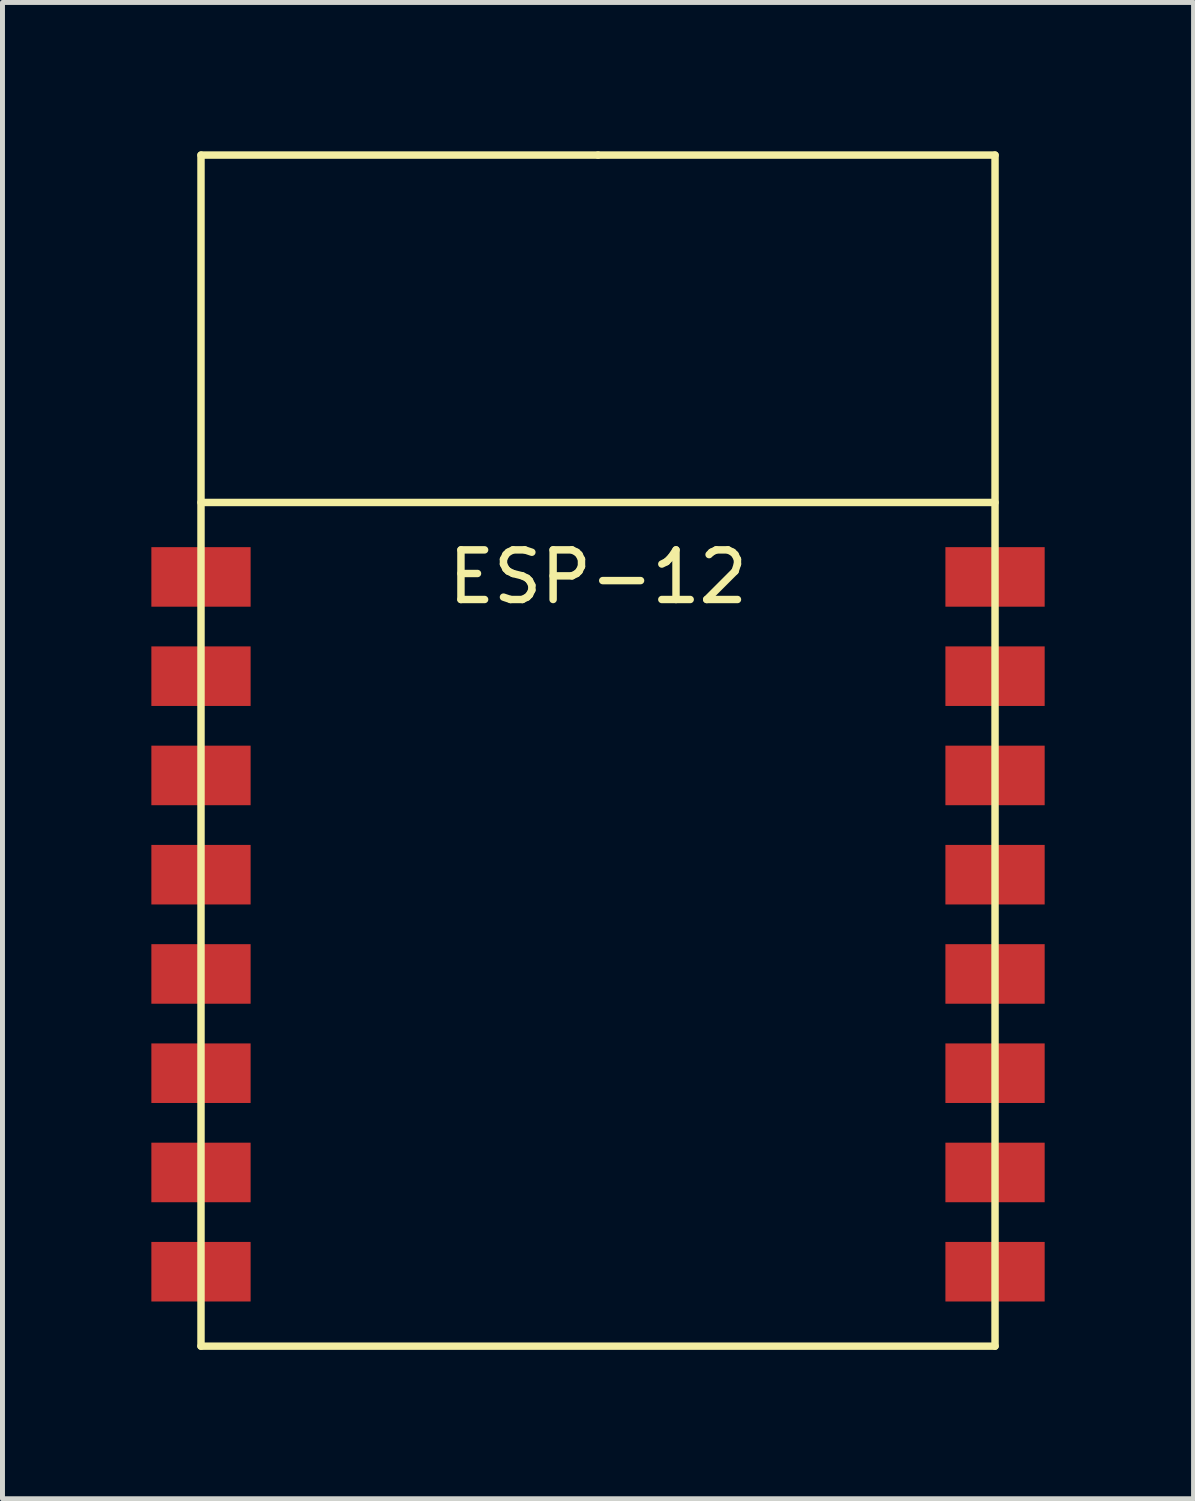
<source format=kicad_pcb>
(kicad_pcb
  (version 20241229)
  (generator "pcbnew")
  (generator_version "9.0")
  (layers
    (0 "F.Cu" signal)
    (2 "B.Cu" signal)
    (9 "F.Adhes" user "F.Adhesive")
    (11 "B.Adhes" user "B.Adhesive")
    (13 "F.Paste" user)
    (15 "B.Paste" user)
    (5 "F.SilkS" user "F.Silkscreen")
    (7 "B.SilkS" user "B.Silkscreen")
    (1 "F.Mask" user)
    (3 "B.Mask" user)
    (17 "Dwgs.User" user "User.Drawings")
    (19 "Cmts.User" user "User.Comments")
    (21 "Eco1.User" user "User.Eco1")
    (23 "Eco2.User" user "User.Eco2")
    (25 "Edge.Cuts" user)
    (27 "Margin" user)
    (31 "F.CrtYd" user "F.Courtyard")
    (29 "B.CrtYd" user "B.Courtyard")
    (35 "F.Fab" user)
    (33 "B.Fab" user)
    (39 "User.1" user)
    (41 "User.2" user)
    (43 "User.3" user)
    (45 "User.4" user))
  (footprint "ESP-12"
    (layer "F.Cu")
    (at 9 8.575)
    (property "Reference" "ESP-12" (at 0 0 0) (layer "F.SilkS") (effects (font (size 1 1) (thickness 0.15))))
    (attr through_hole)
    (fp_line (start -8 -8.5) (end -8 15.5) (stroke (width 0.15) (type solid)) (layer "F.SilkS"))
    (fp_line (start -8 -1.5) (end 8 -1.5) (stroke (width 0.15) (type solid)) (layer "F.SilkS"))
    (fp_line (start -8 15.5) (end 8 15.5) (stroke (width 0.15) (type solid)) (layer "F.SilkS"))
    (fp_line (start 0 -8.5) (end -8 -8.5) (stroke (width 0.15) (type solid)) (layer "F.SilkS"))
    (fp_line (start 0 -8.5) (end 8 -8.5) (stroke (width 0.15) (type solid)) (layer "F.SilkS"))
    (fp_line (start 8 -8.5) (end 8 15.5) (stroke (width 0.15) (type solid)) (layer "F.SilkS"))
    (pad "1" smd rect (at -8 0 270) (size 1.2 2) (layers "F.Cu" "F.Mask" "F.Paste"))
    (pad "2" smd rect (at -8 2 270) (size 1.2 2) (layers "F.Cu" "F.Mask" "F.Paste"))
    (pad "3" smd rect (at -8 4 270) (size 1.2 2) (layers "F.Cu" "F.Mask" "F.Paste"))
    (pad "4" smd rect (at -8 6 270) (size 1.2 2) (layers "F.Cu" "F.Mask" "F.Paste"))
    (pad "5" smd rect (at -8 8 270) (size 1.2 2) (layers "F.Cu" "F.Mask" "F.Paste"))
    (pad "6" smd rect (at -8 10 270) (size 1.2 2) (layers "F.Cu" "F.Mask" "F.Paste"))
    (pad "7" smd rect (at -8 12 270) (size 1.2 2) (layers "F.Cu" "F.Mask" "F.Paste"))
    (pad "8" smd rect (at -8 14 270) (size 1.2 2) (layers "F.Cu" "F.Mask" "F.Paste"))
    (pad "9" smd rect (at 8 14 270) (size 1.2 2) (layers "F.Cu" "F.Mask" "F.Paste"))
    (pad "10" smd rect (at 8 12 270) (size 1.2 2) (layers "F.Cu" "F.Mask" "F.Paste"))
    (pad "11" smd rect (at 8 10 270) (size 1.2 2) (layers "F.Cu" "F.Mask" "F.Paste"))
    (pad "12" smd rect (at 8 8 270) (size 1.2 2) (layers "F.Cu" "F.Mask" "F.Paste"))
    (pad "13" smd rect (at 8 6 270) (size 1.2 2) (layers "F.Cu" "F.Mask" "F.Paste"))
    (pad "14" smd rect (at 8 4 270) (size 1.2 2) (layers "F.Cu" "F.Mask" "F.Paste"))
    (pad "15" smd rect (at 8 2 270) (size 1.2 2) (layers "F.Cu" "F.Mask" "F.Paste"))
    (pad "16" smd rect (at 8 0 270) (size 1.2 2) (layers "F.Cu" "F.Mask" "F.Paste")))
  (gr_rect
    (start -3 -3)
    (end 21 27.15)
    (stroke (width 0.1) (type default))
    (fill no)
    (layer "Edge.Cuts")))
</source>
